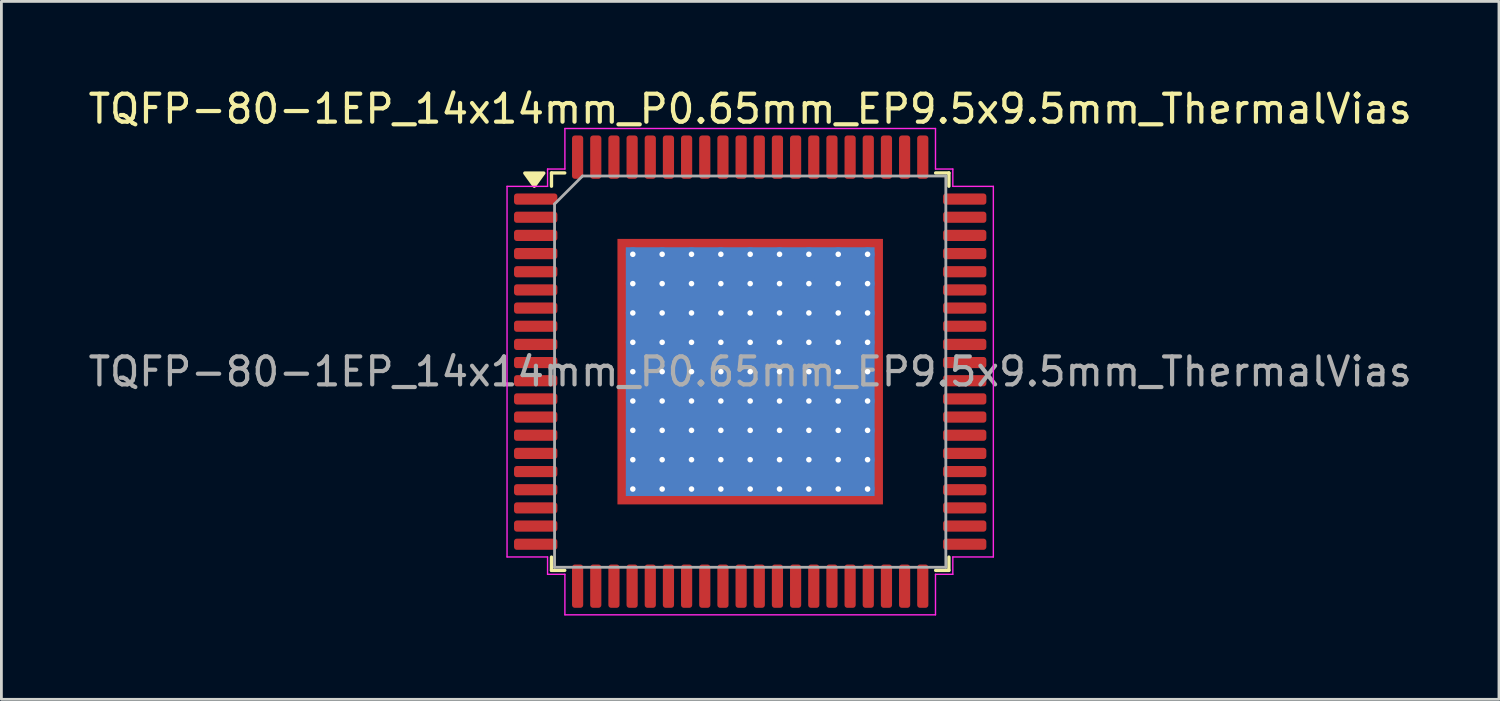
<source format=kicad_pcb>
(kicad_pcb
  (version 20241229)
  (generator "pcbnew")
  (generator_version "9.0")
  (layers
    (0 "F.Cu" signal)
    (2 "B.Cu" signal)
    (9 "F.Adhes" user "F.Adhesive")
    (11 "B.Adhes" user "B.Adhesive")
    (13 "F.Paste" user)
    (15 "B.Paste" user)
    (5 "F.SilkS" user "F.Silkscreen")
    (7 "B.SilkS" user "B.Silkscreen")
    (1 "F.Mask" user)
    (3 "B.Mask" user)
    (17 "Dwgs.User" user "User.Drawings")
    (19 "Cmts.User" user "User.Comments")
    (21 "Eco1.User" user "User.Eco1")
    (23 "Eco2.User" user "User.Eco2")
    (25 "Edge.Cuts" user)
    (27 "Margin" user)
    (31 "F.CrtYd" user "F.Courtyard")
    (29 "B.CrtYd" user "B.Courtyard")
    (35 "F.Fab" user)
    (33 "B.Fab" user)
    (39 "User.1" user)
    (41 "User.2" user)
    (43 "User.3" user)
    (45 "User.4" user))
  (footprint "TQFP-80-1EP_14x14mm_P0.65mm_EP9.5x9.5mm_ThermalVias"
    (layer "F.Cu")
    (at 23.792 10.248)
    (property "Reference" "TQFP-80-1EP_14x14mm_P0.65mm_EP9.5x9.5mm_ThermalVias" (at 0 -9.4 0) (layer "F.SilkS") (effects (font (size 1 1) (thickness 0.15))))
    (attr smd)
    (fp_line (start -7.11 -7.11) (end -7.11 -6.635) (stroke (width 0.12) (type solid)) (layer "F.SilkS"))
    (fp_line (start -7.11 7.11) (end -7.11 6.635) (stroke (width 0.12) (type solid)) (layer "F.SilkS"))
    (fp_line (start -6.635 -7.11) (end -7.11 -7.11) (stroke (width 0.12) (type solid)) (layer "F.SilkS"))
    (fp_line (start -6.635 7.11) (end -7.11 7.11) (stroke (width 0.12) (type solid)) (layer "F.SilkS"))
    (fp_line (start 6.635 -7.11) (end 7.11 -7.11) (stroke (width 0.12) (type solid)) (layer "F.SilkS"))
    (fp_line (start 6.635 7.11) (end 7.11 7.11) (stroke (width 0.12) (type solid)) (layer "F.SilkS"))
    (fp_line (start 7.11 -7.11) (end 7.11 -6.635) (stroke (width 0.12) (type solid)) (layer "F.SilkS"))
    (fp_line (start 7.11 7.11) (end 7.11 6.635) (stroke (width 0.12) (type solid)) (layer "F.SilkS"))
    (fp_poly (pts (xy -7.725 -6.635) (xy -8.065 -7.105) (xy -7.385 -7.105)) (stroke (width 0.12) (type solid)) (fill yes) (layer "F.SilkS"))
    (fp_line (start -8.7 -6.63) (end -7.25 -6.63) (stroke (width 0.05) (type solid)) (layer "F.CrtYd"))
    (fp_line (start -8.7 6.63) (end -8.7 -6.63) (stroke (width 0.05) (type solid)) (layer "F.CrtYd"))
    (fp_line (start -7.25 -7.25) (end -6.63 -7.25) (stroke (width 0.05) (type solid)) (layer "F.CrtYd"))
    (fp_line (start -7.25 -6.63) (end -7.25 -7.25) (stroke (width 0.05) (type solid)) (layer "F.CrtYd"))
    (fp_line (start -7.25 6.63) (end -8.7 6.63) (stroke (width 0.05) (type solid)) (layer "F.CrtYd"))
    (fp_line (start -7.25 7.25) (end -7.25 6.63) (stroke (width 0.05) (type solid)) (layer "F.CrtYd"))
    (fp_line (start -6.63 -8.7) (end 6.63 -8.7) (stroke (width 0.05) (type solid)) (layer "F.CrtYd"))
    (fp_line (start -6.63 -7.25) (end -6.63 -8.7) (stroke (width 0.05) (type solid)) (layer "F.CrtYd"))
    (fp_line (start -6.63 7.25) (end -7.25 7.25) (stroke (width 0.05) (type solid)) (layer "F.CrtYd"))
    (fp_line (start -6.63 8.7) (end -6.63 7.25) (stroke (width 0.05) (type solid)) (layer "F.CrtYd"))
    (fp_line (start 6.63 -8.7) (end 6.63 -7.25) (stroke (width 0.05) (type solid)) (layer "F.CrtYd"))
    (fp_line (start 6.63 -7.25) (end 7.25 -7.25) (stroke (width 0.05) (type solid)) (layer "F.CrtYd"))
    (fp_line (start 6.63 7.25) (end 6.63 8.7) (stroke (width 0.05) (type solid)) (layer "F.CrtYd"))
    (fp_line (start 6.63 8.7) (end -6.63 8.7) (stroke (width 0.05) (type solid)) (layer "F.CrtYd"))
    (fp_line (start 7.25 -7.25) (end 7.25 -6.63) (stroke (width 0.05) (type solid)) (layer "F.CrtYd"))
    (fp_line (start 7.25 -6.63) (end 8.7 -6.63) (stroke (width 0.05) (type solid)) (layer "F.CrtYd"))
    (fp_line (start 7.25 6.63) (end 7.25 7.25) (stroke (width 0.05) (type solid)) (layer "F.CrtYd"))
    (fp_line (start 7.25 7.25) (end 6.63 7.25) (stroke (width 0.05) (type solid)) (layer "F.CrtYd"))
    (fp_line (start 8.7 -6.63) (end 8.7 6.63) (stroke (width 0.05) (type solid)) (layer "F.CrtYd"))
    (fp_line (start 8.7 6.63) (end 7.25 6.63) (stroke (width 0.05) (type solid)) (layer "F.CrtYd"))
    (fp_line (start -7 -6) (end -6 -7) (stroke (width 0.1) (type solid)) (layer "F.Fab"))
    (fp_line (start -7 7) (end -7 -6) (stroke (width 0.1) (type solid)) (layer "F.Fab"))
    (fp_line (start -6 -7) (end 7 -7) (stroke (width 0.1) (type solid)) (layer "F.Fab"))
    (fp_line (start 7 -7) (end 7 7) (stroke (width 0.1) (type solid)) (layer "F.Fab"))
    (fp_line (start 7 7) (end -7 7) (stroke (width 0.1) (type solid)) (layer "F.Fab"))
    (fp_text user "${REFERENCE}" (at 0 0 0) (layer "F.Fab") (effects (font (size 1 1) (thickness 0.15))))
    (pad "" smd roundrect (at -3.95 -3.95) (size 1.28 1.28) (layers "F.Paste") (roundrect_rratio 0.195))
    (pad "" smd roundrect (at -3.95 -2.37) (size 1.28 1.28) (layers "F.Paste") (roundrect_rratio 0.195))
    (pad "" smd roundrect (at -3.95 -0.79) (size 1.28 1.28) (layers "F.Paste") (roundrect_rratio 0.195))
    (pad "" smd roundrect (at -3.95 0.79) (size 1.28 1.28) (layers "F.Paste") (roundrect_rratio 0.195))
    (pad "" smd roundrect (at -3.95 2.37) (size 1.28 1.28) (layers "F.Paste") (roundrect_rratio 0.195))
    (pad "" smd roundrect (at -3.95 3.95) (size 1.28 1.28) (layers "F.Paste") (roundrect_rratio 0.195))
    (pad "" smd roundrect (at -2.37 -3.95) (size 1.28 1.28) (layers "F.Paste") (roundrect_rratio 0.195))
    (pad "" smd roundrect (at -2.37 -2.37) (size 1.28 1.28) (layers "F.Paste") (roundrect_rratio 0.195))
    (pad "" smd roundrect (at -2.37 -0.79) (size 1.28 1.28) (layers "F.Paste") (roundrect_rratio 0.195))
    (pad "" smd roundrect (at -2.37 0.79) (size 1.28 1.28) (layers "F.Paste") (roundrect_rratio 0.195))
    (pad "" smd roundrect (at -2.37 2.37) (size 1.28 1.28) (layers "F.Paste") (roundrect_rratio 0.195))
    (pad "" smd roundrect (at -2.37 3.95) (size 1.28 1.28) (layers "F.Paste") (roundrect_rratio 0.195))
    (pad "" smd roundrect (at -0.79 -3.95) (size 1.28 1.28) (layers "F.Paste") (roundrect_rratio 0.195))
    (pad "" smd roundrect (at -0.79 -2.37) (size 1.28 1.28) (layers "F.Paste") (roundrect_rratio 0.195))
    (pad "" smd roundrect (at -0.79 -0.79) (size 1.28 1.28) (layers "F.Paste") (roundrect_rratio 0.195))
    (pad "" smd roundrect (at -0.79 0.79) (size 1.28 1.28) (layers "F.Paste") (roundrect_rratio 0.195))
    (pad "" smd roundrect (at -0.79 2.37) (size 1.28 1.28) (layers "F.Paste") (roundrect_rratio 0.195))
    (pad "" smd roundrect (at -0.79 3.95) (size 1.28 1.28) (layers "F.Paste") (roundrect_rratio 0.195))
    (pad "" smd roundrect (at 0.79 -3.95) (size 1.28 1.28) (layers "F.Paste") (roundrect_rratio 0.195))
    (pad "" smd roundrect (at 0.79 -2.37) (size 1.28 1.28) (layers "F.Paste") (roundrect_rratio 0.195))
    (pad "" smd roundrect (at 0.79 -0.79) (size 1.28 1.28) (layers "F.Paste") (roundrect_rratio 0.195))
    (pad "" smd roundrect (at 0.79 0.79) (size 1.28 1.28) (layers "F.Paste") (roundrect_rratio 0.195))
    (pad "" smd roundrect (at 0.79 2.37) (size 1.28 1.28) (layers "F.Paste") (roundrect_rratio 0.195))
    (pad "" smd roundrect (at 0.79 3.95) (size 1.28 1.28) (layers "F.Paste") (roundrect_rratio 0.195))
    (pad "" smd roundrect (at 2.37 -3.95) (size 1.28 1.28) (layers "F.Paste") (roundrect_rratio 0.195))
    (pad "" smd roundrect (at 2.37 -2.37) (size 1.28 1.28) (layers "F.Paste") (roundrect_rratio 0.195))
    (pad "" smd roundrect (at 2.37 -0.79) (size 1.28 1.28) (layers "F.Paste") (roundrect_rratio 0.195))
    (pad "" smd roundrect (at 2.37 0.79) (size 1.28 1.28) (layers "F.Paste") (roundrect_rratio 0.195))
    (pad "" smd roundrect (at 2.37 2.37) (size 1.28 1.28) (layers "F.Paste") (roundrect_rratio 0.195))
    (pad "" smd roundrect (at 2.37 3.95) (size 1.28 1.28) (layers "F.Paste") (roundrect_rratio 0.195))
    (pad "" smd roundrect (at 3.95 -3.95) (size 1.28 1.28) (layers "F.Paste") (roundrect_rratio 0.195))
    (pad "" smd roundrect (at 3.95 -2.37) (size 1.28 1.28) (layers "F.Paste") (roundrect_rratio 0.195))
    (pad "" smd roundrect (at 3.95 -0.79) (size 1.28 1.28) (layers "F.Paste") (roundrect_rratio 0.195))
    (pad "" smd roundrect (at 3.95 0.79) (size 1.28 1.28) (layers "F.Paste") (roundrect_rratio 0.195))
    (pad "" smd roundrect (at 3.95 2.37) (size 1.28 1.28) (layers "F.Paste") (roundrect_rratio 0.195))
    (pad "" smd roundrect (at 3.95 3.95) (size 1.28 1.28) (layers "F.Paste") (roundrect_rratio 0.195))
    (pad "1" smd roundrect (at -7.675 -6.175) (size 1.55 0.4) (layers "F.Cu" "F.Mask" "F.Paste") (roundrect_rratio 0.25))
    (pad "2" smd roundrect (at -7.675 -5.525) (size 1.55 0.4) (layers "F.Cu" "F.Mask" "F.Paste") (roundrect_rratio 0.25))
    (pad "3" smd roundrect (at -7.675 -4.875) (size 1.55 0.4) (layers "F.Cu" "F.Mask" "F.Paste") (roundrect_rratio 0.25))
    (pad "4" smd roundrect (at -7.675 -4.225) (size 1.55 0.4) (layers "F.Cu" "F.Mask" "F.Paste") (roundrect_rratio 0.25))
    (pad "5" smd roundrect (at -7.675 -3.575) (size 1.55 0.4) (layers "F.Cu" "F.Mask" "F.Paste") (roundrect_rratio 0.25))
    (pad "6" smd roundrect (at -7.675 -2.925) (size 1.55 0.4) (layers "F.Cu" "F.Mask" "F.Paste") (roundrect_rratio 0.25))
    (pad "7" smd roundrect (at -7.675 -2.275) (size 1.55 0.4) (layers "F.Cu" "F.Mask" "F.Paste") (roundrect_rratio 0.25))
    (pad "8" smd roundrect (at -7.675 -1.625) (size 1.55 0.4) (layers "F.Cu" "F.Mask" "F.Paste") (roundrect_rratio 0.25))
    (pad "9" smd roundrect (at -7.675 -0.975) (size 1.55 0.4) (layers "F.Cu" "F.Mask" "F.Paste") (roundrect_rratio 0.25))
    (pad "10" smd roundrect (at -7.675 -0.325) (size 1.55 0.4) (layers "F.Cu" "F.Mask" "F.Paste") (roundrect_rratio 0.25))
    (pad "11" smd roundrect (at -7.675 0.325) (size 1.55 0.4) (layers "F.Cu" "F.Mask" "F.Paste") (roundrect_rratio 0.25))
    (pad "12" smd roundrect (at -7.675 0.975) (size 1.55 0.4) (layers "F.Cu" "F.Mask" "F.Paste") (roundrect_rratio 0.25))
    (pad "13" smd roundrect (at -7.675 1.625) (size 1.55 0.4) (layers "F.Cu" "F.Mask" "F.Paste") (roundrect_rratio 0.25))
    (pad "14" smd roundrect (at -7.675 2.275) (size 1.55 0.4) (layers "F.Cu" "F.Mask" "F.Paste") (roundrect_rratio 0.25))
    (pad "15" smd roundrect (at -7.675 2.925) (size 1.55 0.4) (layers "F.Cu" "F.Mask" "F.Paste") (roundrect_rratio 0.25))
    (pad "16" smd roundrect (at -7.675 3.575) (size 1.55 0.4) (layers "F.Cu" "F.Mask" "F.Paste") (roundrect_rratio 0.25))
    (pad "17" smd roundrect (at -7.675 4.225) (size 1.55 0.4) (layers "F.Cu" "F.Mask" "F.Paste") (roundrect_rratio 0.25))
    (pad "18" smd roundrect (at -7.675 4.875) (size 1.55 0.4) (layers "F.Cu" "F.Mask" "F.Paste") (roundrect_rratio 0.25))
    (pad "19" smd roundrect (at -7.675 5.525) (size 1.55 0.4) (layers "F.Cu" "F.Mask" "F.Paste") (roundrect_rratio 0.25))
    (pad "20" smd roundrect (at -7.675 6.175) (size 1.55 0.4) (layers "F.Cu" "F.Mask" "F.Paste") (roundrect_rratio 0.25))
    (pad "21" smd roundrect (at -6.175 7.675) (size 0.4 1.55) (layers "F.Cu" "F.Mask" "F.Paste") (roundrect_rratio 0.25))
    (pad "22" smd roundrect (at -5.525 7.675) (size 0.4 1.55) (layers "F.Cu" "F.Mask" "F.Paste") (roundrect_rratio 0.25))
    (pad "23" smd roundrect (at -4.875 7.675) (size 0.4 1.55) (layers "F.Cu" "F.Mask" "F.Paste") (roundrect_rratio 0.25))
    (pad "24" smd roundrect (at -4.225 7.675) (size 0.4 1.55) (layers "F.Cu" "F.Mask" "F.Paste") (roundrect_rratio 0.25))
    (pad "25" smd roundrect (at -3.575 7.675) (size 0.4 1.55) (layers "F.Cu" "F.Mask" "F.Paste") (roundrect_rratio 0.25))
    (pad "26" smd roundrect (at -2.925 7.675) (size 0.4 1.55) (layers "F.Cu" "F.Mask" "F.Paste") (roundrect_rratio 0.25))
    (pad "27" smd roundrect (at -2.275 7.675) (size 0.4 1.55) (layers "F.Cu" "F.Mask" "F.Paste") (roundrect_rratio 0.25))
    (pad "28" smd roundrect (at -1.625 7.675) (size 0.4 1.55) (layers "F.Cu" "F.Mask" "F.Paste") (roundrect_rratio 0.25))
    (pad "29" smd roundrect (at -0.975 7.675) (size 0.4 1.55) (layers "F.Cu" "F.Mask" "F.Paste") (roundrect_rratio 0.25))
    (pad "30" smd roundrect (at -0.325 7.675) (size 0.4 1.55) (layers "F.Cu" "F.Mask" "F.Paste") (roundrect_rratio 0.25))
    (pad "31" smd roundrect (at 0.325 7.675) (size 0.4 1.55) (layers "F.Cu" "F.Mask" "F.Paste") (roundrect_rratio 0.25))
    (pad "32" smd roundrect (at 0.975 7.675) (size 0.4 1.55) (layers "F.Cu" "F.Mask" "F.Paste") (roundrect_rratio 0.25))
    (pad "33" smd roundrect (at 1.625 7.675) (size 0.4 1.55) (layers "F.Cu" "F.Mask" "F.Paste") (roundrect_rratio 0.25))
    (pad "34" smd roundrect (at 2.275 7.675) (size 0.4 1.55) (layers "F.Cu" "F.Mask" "F.Paste") (roundrect_rratio 0.25))
    (pad "35" smd roundrect (at 2.925 7.675) (size 0.4 1.55) (layers "F.Cu" "F.Mask" "F.Paste") (roundrect_rratio 0.25))
    (pad "36" smd roundrect (at 3.575 7.675) (size 0.4 1.55) (layers "F.Cu" "F.Mask" "F.Paste") (roundrect_rratio 0.25))
    (pad "37" smd roundrect (at 4.225 7.675) (size 0.4 1.55) (layers "F.Cu" "F.Mask" "F.Paste") (roundrect_rratio 0.25))
    (pad "38" smd roundrect (at 4.875 7.675) (size 0.4 1.55) (layers "F.Cu" "F.Mask" "F.Paste") (roundrect_rratio 0.25))
    (pad "39" smd roundrect (at 5.525 7.675) (size 0.4 1.55) (layers "F.Cu" "F.Mask" "F.Paste") (roundrect_rratio 0.25))
    (pad "40" smd roundrect (at 6.175 7.675) (size 0.4 1.55) (layers "F.Cu" "F.Mask" "F.Paste") (roundrect_rratio 0.25))
    (pad "41" smd roundrect (at 7.675 6.175) (size 1.55 0.4) (layers "F.Cu" "F.Mask" "F.Paste") (roundrect_rratio 0.25))
    (pad "42" smd roundrect (at 7.675 5.525) (size 1.55 0.4) (layers "F.Cu" "F.Mask" "F.Paste") (roundrect_rratio 0.25))
    (pad "43" smd roundrect (at 7.675 4.875) (size 1.55 0.4) (layers "F.Cu" "F.Mask" "F.Paste") (roundrect_rratio 0.25))
    (pad "44" smd roundrect (at 7.675 4.225) (size 1.55 0.4) (layers "F.Cu" "F.Mask" "F.Paste") (roundrect_rratio 0.25))
    (pad "45" smd roundrect (at 7.675 3.575) (size 1.55 0.4) (layers "F.Cu" "F.Mask" "F.Paste") (roundrect_rratio 0.25))
    (pad "46" smd roundrect (at 7.675 2.925) (size 1.55 0.4) (layers "F.Cu" "F.Mask" "F.Paste") (roundrect_rratio 0.25))
    (pad "47" smd roundrect (at 7.675 2.275) (size 1.55 0.4) (layers "F.Cu" "F.Mask" "F.Paste") (roundrect_rratio 0.25))
    (pad "48" smd roundrect (at 7.675 1.625) (size 1.55 0.4) (layers "F.Cu" "F.Mask" "F.Paste") (roundrect_rratio 0.25))
    (pad "49" smd roundrect (at 7.675 0.975) (size 1.55 0.4) (layers "F.Cu" "F.Mask" "F.Paste") (roundrect_rratio 0.25))
    (pad "50" smd roundrect (at 7.675 0.325) (size 1.55 0.4) (layers "F.Cu" "F.Mask" "F.Paste") (roundrect_rratio 0.25))
    (pad "51" smd roundrect (at 7.675 -0.325) (size 1.55 0.4) (layers "F.Cu" "F.Mask" "F.Paste") (roundrect_rratio 0.25))
    (pad "52" smd roundrect (at 7.675 -0.975) (size 1.55 0.4) (layers "F.Cu" "F.Mask" "F.Paste") (roundrect_rratio 0.25))
    (pad "53" smd roundrect (at 7.675 -1.625) (size 1.55 0.4) (layers "F.Cu" "F.Mask" "F.Paste") (roundrect_rratio 0.25))
    (pad "54" smd roundrect (at 7.675 -2.275) (size 1.55 0.4) (layers "F.Cu" "F.Mask" "F.Paste") (roundrect_rratio 0.25))
    (pad "55" smd roundrect (at 7.675 -2.925) (size 1.55 0.4) (layers "F.Cu" "F.Mask" "F.Paste") (roundrect_rratio 0.25))
    (pad "56" smd roundrect (at 7.675 -3.575) (size 1.55 0.4) (layers "F.Cu" "F.Mask" "F.Paste") (roundrect_rratio 0.25))
    (pad "57" smd roundrect (at 7.675 -4.225) (size 1.55 0.4) (layers "F.Cu" "F.Mask" "F.Paste") (roundrect_rratio 0.25))
    (pad "58" smd roundrect (at 7.675 -4.875) (size 1.55 0.4) (layers "F.Cu" "F.Mask" "F.Paste") (roundrect_rratio 0.25))
    (pad "59" smd roundrect (at 7.675 -5.525) (size 1.55 0.4) (layers "F.Cu" "F.Mask" "F.Paste") (roundrect_rratio 0.25))
    (pad "60" smd roundrect (at 7.675 -6.175) (size 1.55 0.4) (layers "F.Cu" "F.Mask" "F.Paste") (roundrect_rratio 0.25))
    (pad "61" smd roundrect (at 6.175 -7.675) (size 0.4 1.55) (layers "F.Cu" "F.Mask" "F.Paste") (roundrect_rratio 0.25))
    (pad "62" smd roundrect (at 5.525 -7.675) (size 0.4 1.55) (layers "F.Cu" "F.Mask" "F.Paste") (roundrect_rratio 0.25))
    (pad "63" smd roundrect (at 4.875 -7.675) (size 0.4 1.55) (layers "F.Cu" "F.Mask" "F.Paste") (roundrect_rratio 0.25))
    (pad "64" smd roundrect (at 4.225 -7.675) (size 0.4 1.55) (layers "F.Cu" "F.Mask" "F.Paste") (roundrect_rratio 0.25))
    (pad "65" smd roundrect (at 3.575 -7.675) (size 0.4 1.55) (layers "F.Cu" "F.Mask" "F.Paste") (roundrect_rratio 0.25))
    (pad "66" smd roundrect (at 2.925 -7.675) (size 0.4 1.55) (layers "F.Cu" "F.Mask" "F.Paste") (roundrect_rratio 0.25))
    (pad "67" smd roundrect (at 2.275 -7.675) (size 0.4 1.55) (layers "F.Cu" "F.Mask" "F.Paste") (roundrect_rratio 0.25))
    (pad "68" smd roundrect (at 1.625 -7.675) (size 0.4 1.55) (layers "F.Cu" "F.Mask" "F.Paste") (roundrect_rratio 0.25))
    (pad "69" smd roundrect (at 0.975 -7.675) (size 0.4 1.55) (layers "F.Cu" "F.Mask" "F.Paste") (roundrect_rratio 0.25))
    (pad "70" smd roundrect (at 0.325 -7.675) (size 0.4 1.55) (layers "F.Cu" "F.Mask" "F.Paste") (roundrect_rratio 0.25))
    (pad "71" smd roundrect (at -0.325 -7.675) (size 0.4 1.55) (layers "F.Cu" "F.Mask" "F.Paste") (roundrect_rratio 0.25))
    (pad "72" smd roundrect (at -0.975 -7.675) (size 0.4 1.55) (layers "F.Cu" "F.Mask" "F.Paste") (roundrect_rratio 0.25))
    (pad "73" smd roundrect (at -1.625 -7.675) (size 0.4 1.55) (layers "F.Cu" "F.Mask" "F.Paste") (roundrect_rratio 0.25))
    (pad "74" smd roundrect (at -2.275 -7.675) (size 0.4 1.55) (layers "F.Cu" "F.Mask" "F.Paste") (roundrect_rratio 0.25))
    (pad "75" smd roundrect (at -2.925 -7.675) (size 0.4 1.55) (layers "F.Cu" "F.Mask" "F.Paste") (roundrect_rratio 0.25))
    (pad "76" smd roundrect (at -3.575 -7.675) (size 0.4 1.55) (layers "F.Cu" "F.Mask" "F.Paste") (roundrect_rratio 0.25))
    (pad "77" smd roundrect (at -4.225 -7.675) (size 0.4 1.55) (layers "F.Cu" "F.Mask" "F.Paste") (roundrect_rratio 0.25))
    (pad "78" smd roundrect (at -4.875 -7.675) (size 0.4 1.55) (layers "F.Cu" "F.Mask" "F.Paste") (roundrect_rratio 0.25))
    (pad "79" smd roundrect (at -5.525 -7.675) (size 0.4 1.55) (layers "F.Cu" "F.Mask" "F.Paste") (roundrect_rratio 0.25))
    (pad "80" smd roundrect (at -6.175 -7.675) (size 0.4 1.55) (layers "F.Cu" "F.Mask" "F.Paste") (roundrect_rratio 0.25))
    (pad "81" thru_hole circle (at -4.2 -4.2) (size 0.5 0.5) (drill 0.2) (property pad_prop_heatsink) (layers "*.Cu"))
    (pad "81" thru_hole circle (at -4.2 -3.15) (size 0.5 0.5) (drill 0.2) (property pad_prop_heatsink) (layers "*.Cu"))
    (pad "81" thru_hole circle (at -4.2 -2.1) (size 0.5 0.5) (drill 0.2) (property pad_prop_heatsink) (layers "*.Cu"))
    (pad "81" thru_hole circle (at -4.2 -1.05) (size 0.5 0.5) (drill 0.2) (property pad_prop_heatsink) (layers "*.Cu"))
    (pad "81" thru_hole circle (at -4.2 0) (size 0.5 0.5) (drill 0.2) (property pad_prop_heatsink) (layers "*.Cu"))
    (pad "81" thru_hole circle (at -4.2 1.05) (size 0.5 0.5) (drill 0.2) (property pad_prop_heatsink) (layers "*.Cu"))
    (pad "81" thru_hole circle (at -4.2 2.1) (size 0.5 0.5) (drill 0.2) (property pad_prop_heatsink) (layers "*.Cu"))
    (pad "81" thru_hole circle (at -4.2 3.15) (size 0.5 0.5) (drill 0.2) (property pad_prop_heatsink) (layers "*.Cu"))
    (pad "81" thru_hole circle (at -4.2 4.2) (size 0.5 0.5) (drill 0.2) (property pad_prop_heatsink) (layers "*.Cu"))
    (pad "81" thru_hole circle (at -3.15 -4.2) (size 0.5 0.5) (drill 0.2) (property pad_prop_heatsink) (layers "*.Cu"))
    (pad "81" thru_hole circle (at -3.15 -3.15) (size 0.5 0.5) (drill 0.2) (property pad_prop_heatsink) (layers "*.Cu"))
    (pad "81" thru_hole circle (at -3.15 -2.1) (size 0.5 0.5) (drill 0.2) (property pad_prop_heatsink) (layers "*.Cu"))
    (pad "81" thru_hole circle (at -3.15 -1.05) (size 0.5 0.5) (drill 0.2) (property pad_prop_heatsink) (layers "*.Cu"))
    (pad "81" thru_hole circle (at -3.15 0) (size 0.5 0.5) (drill 0.2) (property pad_prop_heatsink) (layers "*.Cu"))
    (pad "81" thru_hole circle (at -3.15 1.05) (size 0.5 0.5) (drill 0.2) (property pad_prop_heatsink) (layers "*.Cu"))
    (pad "81" thru_hole circle (at -3.15 2.1) (size 0.5 0.5) (drill 0.2) (property pad_prop_heatsink) (layers "*.Cu"))
    (pad "81" thru_hole circle (at -3.15 3.15) (size 0.5 0.5) (drill 0.2) (property pad_prop_heatsink) (layers "*.Cu"))
    (pad "81" thru_hole circle (at -3.15 4.2) (size 0.5 0.5) (drill 0.2) (property pad_prop_heatsink) (layers "*.Cu"))
    (pad "81" thru_hole circle (at -2.1 -4.2) (size 0.5 0.5) (drill 0.2) (property pad_prop_heatsink) (layers "*.Cu"))
    (pad "81" thru_hole circle (at -2.1 -3.15) (size 0.5 0.5) (drill 0.2) (property pad_prop_heatsink) (layers "*.Cu"))
    (pad "81" thru_hole circle (at -2.1 -2.1) (size 0.5 0.5) (drill 0.2) (property pad_prop_heatsink) (layers "*.Cu"))
    (pad "81" thru_hole circle (at -2.1 -1.05) (size 0.5 0.5) (drill 0.2) (property pad_prop_heatsink) (layers "*.Cu"))
    (pad "81" thru_hole circle (at -2.1 0) (size 0.5 0.5) (drill 0.2) (property pad_prop_heatsink) (layers "*.Cu"))
    (pad "81" thru_hole circle (at -2.1 1.05) (size 0.5 0.5) (drill 0.2) (property pad_prop_heatsink) (layers "*.Cu"))
    (pad "81" thru_hole circle (at -2.1 2.1) (size 0.5 0.5) (drill 0.2) (property pad_prop_heatsink) (layers "*.Cu"))
    (pad "81" thru_hole circle (at -2.1 3.15) (size 0.5 0.5) (drill 0.2) (property pad_prop_heatsink) (layers "*.Cu"))
    (pad "81" thru_hole circle (at -2.1 4.2) (size 0.5 0.5) (drill 0.2) (property pad_prop_heatsink) (layers "*.Cu"))
    (pad "81" thru_hole circle (at -1.05 -4.2) (size 0.5 0.5) (drill 0.2) (property pad_prop_heatsink) (layers "*.Cu"))
    (pad "81" thru_hole circle (at -1.05 -3.15) (size 0.5 0.5) (drill 0.2) (property pad_prop_heatsink) (layers "*.Cu"))
    (pad "81" thru_hole circle (at -1.05 -2.1) (size 0.5 0.5) (drill 0.2) (property pad_prop_heatsink) (layers "*.Cu"))
    (pad "81" thru_hole circle (at -1.05 -1.05) (size 0.5 0.5) (drill 0.2) (property pad_prop_heatsink) (layers "*.Cu"))
    (pad "81" thru_hole circle (at -1.05 0) (size 0.5 0.5) (drill 0.2) (property pad_prop_heatsink) (layers "*.Cu"))
    (pad "81" thru_hole circle (at -1.05 1.05) (size 0.5 0.5) (drill 0.2) (property pad_prop_heatsink) (layers "*.Cu"))
    (pad "81" thru_hole circle (at -1.05 2.1) (size 0.5 0.5) (drill 0.2) (property pad_prop_heatsink) (layers "*.Cu"))
    (pad "81" thru_hole circle (at -1.05 3.15) (size 0.5 0.5) (drill 0.2) (property pad_prop_heatsink) (layers "*.Cu"))
    (pad "81" thru_hole circle (at -1.05 4.2) (size 0.5 0.5) (drill 0.2) (property pad_prop_heatsink) (layers "*.Cu"))
    (pad "81" thru_hole circle (at 0 -4.2) (size 0.5 0.5) (drill 0.2) (property pad_prop_heatsink) (layers "*.Cu"))
    (pad "81" thru_hole circle (at 0 -3.15) (size 0.5 0.5) (drill 0.2) (property pad_prop_heatsink) (layers "*.Cu"))
    (pad "81" thru_hole circle (at 0 -2.1) (size 0.5 0.5) (drill 0.2) (property pad_prop_heatsink) (layers "*.Cu"))
    (pad "81" thru_hole circle (at 0 -1.05) (size 0.5 0.5) (drill 0.2) (property pad_prop_heatsink) (layers "*.Cu"))
    (pad "81" thru_hole circle (at 0 0) (size 0.5 0.5) (drill 0.2) (property pad_prop_heatsink) (layers "*.Cu"))
    (pad "81" smd rect (at 0 0) (size 8.9 8.9) (property pad_prop_heatsink) (layers "B.Cu"))
    (pad "81" smd rect (at 0 0) (size 9.5 9.5) (property pad_prop_heatsink) (layers "F.Cu" "F.Mask"))
    (pad "81" thru_hole circle (at 0 1.05) (size 0.5 0.5) (drill 0.2) (property pad_prop_heatsink) (layers "*.Cu"))
    (pad "81" thru_hole circle (at 0 2.1) (size 0.5 0.5) (drill 0.2) (property pad_prop_heatsink) (layers "*.Cu"))
    (pad "81" thru_hole circle (at 0 3.15) (size 0.5 0.5) (drill 0.2) (property pad_prop_heatsink) (layers "*.Cu"))
    (pad "81" thru_hole circle (at 0 4.2) (size 0.5 0.5) (drill 0.2) (property pad_prop_heatsink) (layers "*.Cu"))
    (pad "81" thru_hole circle (at 1.05 -4.2) (size 0.5 0.5) (drill 0.2) (property pad_prop_heatsink) (layers "*.Cu"))
    (pad "81" thru_hole circle (at 1.05 -3.15) (size 0.5 0.5) (drill 0.2) (property pad_prop_heatsink) (layers "*.Cu"))
    (pad "81" thru_hole circle (at 1.05 -2.1) (size 0.5 0.5) (drill 0.2) (property pad_prop_heatsink) (layers "*.Cu"))
    (pad "81" thru_hole circle (at 1.05 -1.05) (size 0.5 0.5) (drill 0.2) (property pad_prop_heatsink) (layers "*.Cu"))
    (pad "81" thru_hole circle (at 1.05 0) (size 0.5 0.5) (drill 0.2) (property pad_prop_heatsink) (layers "*.Cu"))
    (pad "81" thru_hole circle (at 1.05 1.05) (size 0.5 0.5) (drill 0.2) (property pad_prop_heatsink) (layers "*.Cu"))
    (pad "81" thru_hole circle (at 1.05 2.1) (size 0.5 0.5) (drill 0.2) (property pad_prop_heatsink) (layers "*.Cu"))
    (pad "81" thru_hole circle (at 1.05 3.15) (size 0.5 0.5) (drill 0.2) (property pad_prop_heatsink) (layers "*.Cu"))
    (pad "81" thru_hole circle (at 1.05 4.2) (size 0.5 0.5) (drill 0.2) (property pad_prop_heatsink) (layers "*.Cu"))
    (pad "81" thru_hole circle (at 2.1 -4.2) (size 0.5 0.5) (drill 0.2) (property pad_prop_heatsink) (layers "*.Cu"))
    (pad "81" thru_hole circle (at 2.1 -3.15) (size 0.5 0.5) (drill 0.2) (property pad_prop_heatsink) (layers "*.Cu"))
    (pad "81" thru_hole circle (at 2.1 -2.1) (size 0.5 0.5) (drill 0.2) (property pad_prop_heatsink) (layers "*.Cu"))
    (pad "81" thru_hole circle (at 2.1 -1.05) (size 0.5 0.5) (drill 0.2) (property pad_prop_heatsink) (layers "*.Cu"))
    (pad "81" thru_hole circle (at 2.1 0) (size 0.5 0.5) (drill 0.2) (property pad_prop_heatsink) (layers "*.Cu"))
    (pad "81" thru_hole circle (at 2.1 1.05) (size 0.5 0.5) (drill 0.2) (property pad_prop_heatsink) (layers "*.Cu"))
    (pad "81" thru_hole circle (at 2.1 2.1) (size 0.5 0.5) (drill 0.2) (property pad_prop_heatsink) (layers "*.Cu"))
    (pad "81" thru_hole circle (at 2.1 3.15) (size 0.5 0.5) (drill 0.2) (property pad_prop_heatsink) (layers "*.Cu"))
    (pad "81" thru_hole circle (at 2.1 4.2) (size 0.5 0.5) (drill 0.2) (property pad_prop_heatsink) (layers "*.Cu"))
    (pad "81" thru_hole circle (at 3.15 -4.2) (size 0.5 0.5) (drill 0.2) (property pad_prop_heatsink) (layers "*.Cu"))
    (pad "81" thru_hole circle (at 3.15 -3.15) (size 0.5 0.5) (drill 0.2) (property pad_prop_heatsink) (layers "*.Cu"))
    (pad "81" thru_hole circle (at 3.15 -2.1) (size 0.5 0.5) (drill 0.2) (property pad_prop_heatsink) (layers "*.Cu"))
    (pad "81" thru_hole circle (at 3.15 -1.05) (size 0.5 0.5) (drill 0.2) (property pad_prop_heatsink) (layers "*.Cu"))
    (pad "81" thru_hole circle (at 3.15 0) (size 0.5 0.5) (drill 0.2) (property pad_prop_heatsink) (layers "*.Cu"))
    (pad "81" thru_hole circle (at 3.15 1.05) (size 0.5 0.5) (drill 0.2) (property pad_prop_heatsink) (layers "*.Cu"))
    (pad "81" thru_hole circle (at 3.15 2.1) (size 0.5 0.5) (drill 0.2) (property pad_prop_heatsink) (layers "*.Cu"))
    (pad "81" thru_hole circle (at 3.15 3.15) (size 0.5 0.5) (drill 0.2) (property pad_prop_heatsink) (layers "*.Cu"))
    (pad "81" thru_hole circle (at 3.15 4.2) (size 0.5 0.5) (drill 0.2) (property pad_prop_heatsink) (layers "*.Cu"))
    (pad "81" thru_hole circle (at 4.2 -4.2) (size 0.5 0.5) (drill 0.2) (property pad_prop_heatsink) (layers "*.Cu"))
    (pad "81" thru_hole circle (at 4.2 -3.15) (size 0.5 0.5) (drill 0.2) (property pad_prop_heatsink) (layers "*.Cu"))
    (pad "81" thru_hole circle (at 4.2 -2.1) (size 0.5 0.5) (drill 0.2) (property pad_prop_heatsink) (layers "*.Cu"))
    (pad "81" thru_hole circle (at 4.2 -1.05) (size 0.5 0.5) (drill 0.2) (property pad_prop_heatsink) (layers "*.Cu"))
    (pad "81" thru_hole circle (at 4.2 0) (size 0.5 0.5) (drill 0.2) (property pad_prop_heatsink) (layers "*.Cu"))
    (pad "81" thru_hole circle (at 4.2 1.05) (size 0.5 0.5) (drill 0.2) (property pad_prop_heatsink) (layers "*.Cu"))
    (pad "81" thru_hole circle (at 4.2 2.1) (size 0.5 0.5) (drill 0.2) (property pad_prop_heatsink) (layers "*.Cu"))
    (pad "81" thru_hole circle (at 4.2 3.15) (size 0.5 0.5) (drill 0.2) (property pad_prop_heatsink) (layers "*.Cu"))
    (pad "81" thru_hole circle (at 4.2 4.2) (size 0.5 0.5) (drill 0.2) (property pad_prop_heatsink) (layers "*.Cu")))
  (gr_rect
    (start -3 -3)
    (end 50.583 21.973)
    (stroke (width 0.1) (type default))
    (fill no)
    (layer "Edge.Cuts")))
</source>
